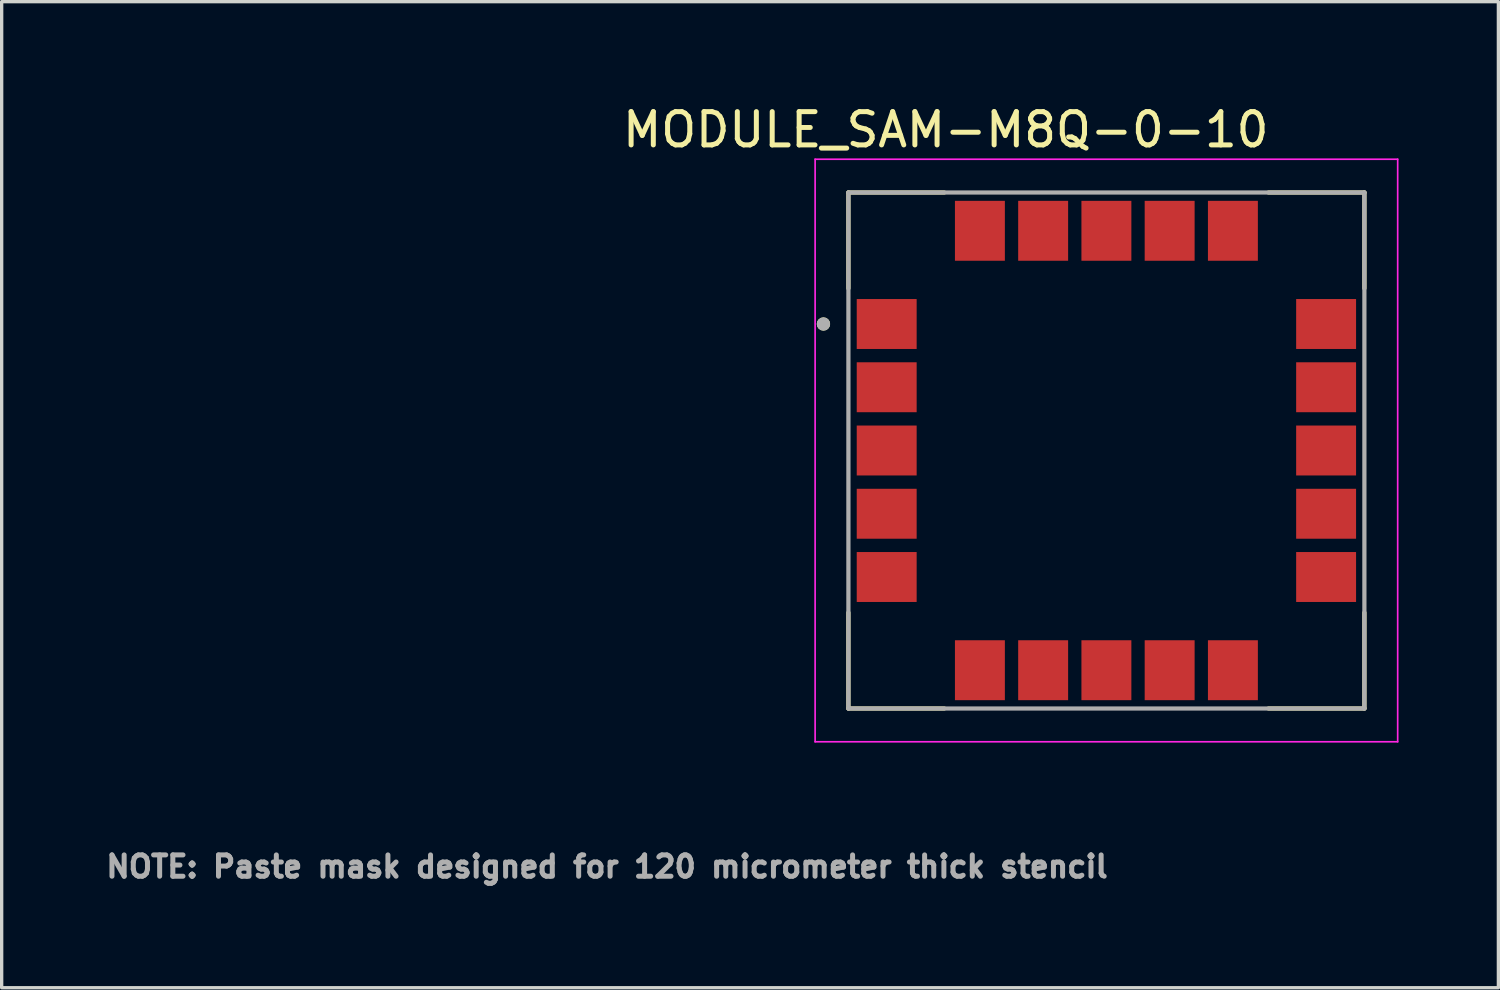
<source format=kicad_pcb>
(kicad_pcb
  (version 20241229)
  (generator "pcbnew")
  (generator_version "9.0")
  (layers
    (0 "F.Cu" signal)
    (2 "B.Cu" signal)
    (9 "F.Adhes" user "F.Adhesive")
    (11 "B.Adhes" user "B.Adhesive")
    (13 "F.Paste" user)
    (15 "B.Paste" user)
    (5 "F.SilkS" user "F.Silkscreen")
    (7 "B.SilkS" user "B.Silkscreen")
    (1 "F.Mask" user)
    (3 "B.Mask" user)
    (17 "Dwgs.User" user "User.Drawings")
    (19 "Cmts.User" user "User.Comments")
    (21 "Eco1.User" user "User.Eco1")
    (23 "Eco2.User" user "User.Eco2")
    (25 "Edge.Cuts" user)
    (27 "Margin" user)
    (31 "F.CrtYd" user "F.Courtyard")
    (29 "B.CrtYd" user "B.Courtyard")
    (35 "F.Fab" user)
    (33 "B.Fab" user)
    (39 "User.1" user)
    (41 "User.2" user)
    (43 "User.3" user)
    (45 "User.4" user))
  (footprint "MODULE_SAM-M8Q-0-10"
    (layer "F.Cu")
    (at 30.186 10.483)
    (property "Reference" "MODULE_SAM-M8Q-0-10" (at -4.825 -9.635 0) (layer "F.SilkS") (effects (font (size 1 1) (thickness 0.15))))
    (attr smd)
    (fp_poly (pts (xy -7.5 -4.55) (xy -5.7 -4.55) (xy -5.7 -3.05) (xy -7.5 -3.05)) (stroke (width 0.01) (type solid)) (fill yes) (layer "F.Mask"))
    (fp_poly (pts (xy -7.5 -2.65) (xy -5.7 -2.65) (xy -5.7 -1.15) (xy -7.5 -1.15)) (stroke (width 0.01) (type solid)) (fill yes) (layer "F.Mask"))
    (fp_poly (pts (xy -7.5 -0.75) (xy -5.7 -0.75) (xy -5.7 0.75) (xy -7.5 0.75)) (stroke (width 0.01) (type solid)) (fill yes) (layer "F.Mask"))
    (fp_poly (pts (xy -7.5 1.15) (xy -5.7 1.15) (xy -5.7 2.65) (xy -7.5 2.65)) (stroke (width 0.01) (type solid)) (fill yes) (layer "F.Mask"))
    (fp_poly (pts (xy -7.5 3.05) (xy -5.7 3.05) (xy -5.7 4.55) (xy -7.5 4.55)) (stroke (width 0.01) (type solid)) (fill yes) (layer "F.Mask"))
    (fp_poly (pts (xy -4.55 -7.5) (xy -3.05 -7.5) (xy -3.05 -5.7) (xy -4.55 -5.7)) (stroke (width 0.01) (type solid)) (fill yes) (layer "F.Mask"))
    (fp_poly (pts (xy -4.55 5.7) (xy -3.05 5.7) (xy -3.05 7.5) (xy -4.55 7.5)) (stroke (width 0.01) (type solid)) (fill yes) (layer "F.Mask"))
    (fp_poly (pts (xy -2.65 -7.5) (xy -1.15 -7.5) (xy -1.15 -5.7) (xy -2.65 -5.7)) (stroke (width 0.01) (type solid)) (fill yes) (layer "F.Mask"))
    (fp_poly (pts (xy -2.65 5.7) (xy -1.15 5.7) (xy -1.15 7.5) (xy -2.65 7.5)) (stroke (width 0.01) (type solid)) (fill yes) (layer "F.Mask"))
    (fp_poly (pts (xy -0.75 -7.5) (xy 0.75 -7.5) (xy 0.75 -5.7) (xy -0.75 -5.7)) (stroke (width 0.01) (type solid)) (fill yes) (layer "F.Mask"))
    (fp_poly (pts (xy -0.75 5.7) (xy 0.75 5.7) (xy 0.75 7.5) (xy -0.75 7.5)) (stroke (width 0.01) (type solid)) (fill yes) (layer "F.Mask"))
    (fp_poly (pts (xy 1.15 -7.5) (xy 2.65 -7.5) (xy 2.65 -5.7) (xy 1.15 -5.7)) (stroke (width 0.01) (type solid)) (fill yes) (layer "F.Mask"))
    (fp_poly (pts (xy 1.15 5.7) (xy 2.65 5.7) (xy 2.65 7.5) (xy 1.15 7.5)) (stroke (width 0.01) (type solid)) (fill yes) (layer "F.Mask"))
    (fp_poly (pts (xy 3.05 -7.5) (xy 4.55 -7.5) (xy 4.55 -5.7) (xy 3.05 -5.7)) (stroke (width 0.01) (type solid)) (fill yes) (layer "F.Mask"))
    (fp_poly (pts (xy 3.05 5.7) (xy 4.55 5.7) (xy 4.55 7.5) (xy 3.05 7.5)) (stroke (width 0.01) (type solid)) (fill yes) (layer "F.Mask"))
    (fp_poly (pts (xy 5.7 -4.55) (xy 7.5 -4.55) (xy 7.5 -3.05) (xy 5.7 -3.05)) (stroke (width 0.01) (type solid)) (fill yes) (layer "F.Mask"))
    (fp_poly (pts (xy 5.7 -2.65) (xy 7.5 -2.65) (xy 7.5 -1.15) (xy 5.7 -1.15)) (stroke (width 0.01) (type solid)) (fill yes) (layer "F.Mask"))
    (fp_poly (pts (xy 5.7 -0.75) (xy 7.5 -0.75) (xy 7.5 0.75) (xy 5.7 0.75)) (stroke (width 0.01) (type solid)) (fill yes) (layer "F.Mask"))
    (fp_poly (pts (xy 5.7 1.15) (xy 7.5 1.15) (xy 7.5 2.65) (xy 5.7 2.65)) (stroke (width 0.01) (type solid)) (fill yes) (layer "F.Mask"))
    (fp_poly (pts (xy 5.7 3.05) (xy 7.5 3.05) (xy 7.5 4.55) (xy 5.7 4.55)) (stroke (width 0.01) (type solid)) (fill yes) (layer "F.Mask"))
    (fp_line (start -7.75 -7.75) (end -4.87 -7.75) (stroke (width 0.127) (type solid)) (layer "F.SilkS"))
    (fp_line (start -7.75 -4.87) (end -7.75 -7.75) (stroke (width 0.127) (type solid)) (layer "F.SilkS"))
    (fp_line (start -7.75 7.75) (end -7.75 4.87) (stroke (width 0.127) (type solid)) (layer "F.SilkS"))
    (fp_line (start -4.87 7.75) (end -7.75 7.75) (stroke (width 0.127) (type solid)) (layer "F.SilkS"))
    (fp_line (start 4.87 -7.75) (end 7.75 -7.75) (stroke (width 0.127) (type solid)) (layer "F.SilkS"))
    (fp_line (start 7.75 -7.75) (end 7.75 -4.87) (stroke (width 0.127) (type solid)) (layer "F.SilkS"))
    (fp_line (start 7.75 7.75) (end 4.87 7.75) (stroke (width 0.127) (type solid)) (layer "F.SilkS"))
    (fp_line (start 7.75 7.75) (end 7.75 4.87) (stroke (width 0.127) (type solid)) (layer "F.SilkS"))
    (fp_circle (center -8.5 -3.8) (end -8.4 -3.8) (stroke (width 0.2) (type solid)) (fill no) (layer "F.SilkS"))
    (fp_poly (pts (xy -7.46 -4.515) (xy -6.74 -4.515) (xy -6.74 -3.935) (xy -7.46 -3.935)) (stroke (width 0.01) (type solid)) (fill yes) (layer "F.Paste"))
    (fp_poly (pts (xy -7.46 -3.665) (xy -6.74 -3.665) (xy -6.74 -3.085) (xy -7.46 -3.085)) (stroke (width 0.01) (type solid)) (fill yes) (layer "F.Paste"))
    (fp_poly (pts (xy -7.46 -2.615) (xy -6.74 -2.615) (xy -6.74 -2.035) (xy -7.46 -2.035)) (stroke (width 0.01) (type solid)) (fill yes) (layer "F.Paste"))
    (fp_poly (pts (xy -7.46 -1.765) (xy -6.74 -1.765) (xy -6.74 -1.185) (xy -7.46 -1.185)) (stroke (width 0.01) (type solid)) (fill yes) (layer "F.Paste"))
    (fp_poly (pts (xy -7.46 -0.715) (xy -6.74 -0.715) (xy -6.74 -0.135) (xy -7.46 -0.135)) (stroke (width 0.01) (type solid)) (fill yes) (layer "F.Paste"))
    (fp_poly (pts (xy -7.46 0.135) (xy -6.74 0.135) (xy -6.74 0.715) (xy -7.46 0.715)) (stroke (width 0.01) (type solid)) (fill yes) (layer "F.Paste"))
    (fp_poly (pts (xy -7.46 1.185) (xy -6.74 1.185) (xy -6.74 1.765) (xy -7.46 1.765)) (stroke (width 0.01) (type solid)) (fill yes) (layer "F.Paste"))
    (fp_poly (pts (xy -7.46 2.035) (xy -6.74 2.035) (xy -6.74 2.615) (xy -7.46 2.615)) (stroke (width 0.01) (type solid)) (fill yes) (layer "F.Paste"))
    (fp_poly (pts (xy -7.46 3.085) (xy -6.74 3.085) (xy -6.74 3.665) (xy -7.46 3.665)) (stroke (width 0.01) (type solid)) (fill yes) (layer "F.Paste"))
    (fp_poly (pts (xy -7.46 3.935) (xy -6.74 3.935) (xy -6.74 4.515) (xy -7.46 4.515)) (stroke (width 0.01) (type solid)) (fill yes) (layer "F.Paste"))
    (fp_poly (pts (xy -6.46 -4.515) (xy -5.74 -4.515) (xy -5.74 -3.935) (xy -6.46 -3.935)) (stroke (width 0.01) (type solid)) (fill yes) (layer "F.Paste"))
    (fp_poly (pts (xy -6.46 -3.665) (xy -5.74 -3.665) (xy -5.74 -3.085) (xy -6.46 -3.085)) (stroke (width 0.01) (type solid)) (fill yes) (layer "F.Paste"))
    (fp_poly (pts (xy -6.46 -2.615) (xy -5.74 -2.615) (xy -5.74 -2.035) (xy -6.46 -2.035)) (stroke (width 0.01) (type solid)) (fill yes) (layer "F.Paste"))
    (fp_poly (pts (xy -6.46 -1.765) (xy -5.74 -1.765) (xy -5.74 -1.185) (xy -6.46 -1.185)) (stroke (width 0.01) (type solid)) (fill yes) (layer "F.Paste"))
    (fp_poly (pts (xy -6.46 -0.715) (xy -5.74 -0.715) (xy -5.74 -0.135) (xy -6.46 -0.135)) (stroke (width 0.01) (type solid)) (fill yes) (layer "F.Paste"))
    (fp_poly (pts (xy -6.46 0.135) (xy -5.74 0.135) (xy -5.74 0.715) (xy -6.46 0.715)) (stroke (width 0.01) (type solid)) (fill yes) (layer "F.Paste"))
    (fp_poly (pts (xy -6.46 1.185) (xy -5.74 1.185) (xy -5.74 1.765) (xy -6.46 1.765)) (stroke (width 0.01) (type solid)) (fill yes) (layer "F.Paste"))
    (fp_poly (pts (xy -6.46 2.035) (xy -5.74 2.035) (xy -5.74 2.615) (xy -6.46 2.615)) (stroke (width 0.01) (type solid)) (fill yes) (layer "F.Paste"))
    (fp_poly (pts (xy -6.46 3.085) (xy -5.74 3.085) (xy -5.74 3.665) (xy -6.46 3.665)) (stroke (width 0.01) (type solid)) (fill yes) (layer "F.Paste"))
    (fp_poly (pts (xy -6.46 3.935) (xy -5.74 3.935) (xy -5.74 4.515) (xy -6.46 4.515)) (stroke (width 0.01) (type solid)) (fill yes) (layer "F.Paste"))
    (fp_poly (pts (xy -4.515 -7.46) (xy -3.935 -7.46) (xy -3.935 -6.74) (xy -4.515 -6.74)) (stroke (width 0.01) (type solid)) (fill yes) (layer "F.Paste"))
    (fp_poly (pts (xy -4.515 -6.46) (xy -3.935 -6.46) (xy -3.935 -5.74) (xy -4.515 -5.74)) (stroke (width 0.01) (type solid)) (fill yes) (layer "F.Paste"))
    (fp_poly (pts (xy -4.515 5.74) (xy -3.935 5.74) (xy -3.935 6.46) (xy -4.515 6.46)) (stroke (width 0.01) (type solid)) (fill yes) (layer "F.Paste"))
    (fp_poly (pts (xy -4.515 6.74) (xy -3.935 6.74) (xy -3.935 7.46) (xy -4.515 7.46)) (stroke (width 0.01) (type solid)) (fill yes) (layer "F.Paste"))
    (fp_poly (pts (xy -3.665 -7.46) (xy -3.085 -7.46) (xy -3.085 -6.74) (xy -3.665 -6.74)) (stroke (width 0.01) (type solid)) (fill yes) (layer "F.Paste"))
    (fp_poly (pts (xy -3.665 -6.46) (xy -3.085 -6.46) (xy -3.085 -5.74) (xy -3.665 -5.74)) (stroke (width 0.01) (type solid)) (fill yes) (layer "F.Paste"))
    (fp_poly (pts (xy -3.665 5.74) (xy -3.085 5.74) (xy -3.085 6.46) (xy -3.665 6.46)) (stroke (width 0.01) (type solid)) (fill yes) (layer "F.Paste"))
    (fp_poly (pts (xy -3.665 6.74) (xy -3.085 6.74) (xy -3.085 7.46) (xy -3.665 7.46)) (stroke (width 0.01) (type solid)) (fill yes) (layer "F.Paste"))
    (fp_poly (pts (xy -2.615 -7.46) (xy -2.035 -7.46) (xy -2.035 -6.74) (xy -2.615 -6.74)) (stroke (width 0.01) (type solid)) (fill yes) (layer "F.Paste"))
    (fp_poly (pts (xy -2.615 -6.46) (xy -2.035 -6.46) (xy -2.035 -5.74) (xy -2.615 -5.74)) (stroke (width 0.01) (type solid)) (fill yes) (layer "F.Paste"))
    (fp_poly (pts (xy -2.615 5.74) (xy -2.035 5.74) (xy -2.035 6.46) (xy -2.615 6.46)) (stroke (width 0.01) (type solid)) (fill yes) (layer "F.Paste"))
    (fp_poly (pts (xy -2.615 6.74) (xy -2.035 6.74) (xy -2.035 7.46) (xy -2.615 7.46)) (stroke (width 0.01) (type solid)) (fill yes) (layer "F.Paste"))
    (fp_poly (pts (xy -1.765 -7.46) (xy -1.185 -7.46) (xy -1.185 -6.74) (xy -1.765 -6.74)) (stroke (width 0.01) (type solid)) (fill yes) (layer "F.Paste"))
    (fp_poly (pts (xy -1.765 -6.46) (xy -1.185 -6.46) (xy -1.185 -5.74) (xy -1.765 -5.74)) (stroke (width 0.01) (type solid)) (fill yes) (layer "F.Paste"))
    (fp_poly (pts (xy -1.765 5.74) (xy -1.185 5.74) (xy -1.185 6.46) (xy -1.765 6.46)) (stroke (width 0.01) (type solid)) (fill yes) (layer "F.Paste"))
    (fp_poly (pts (xy -1.765 6.74) (xy -1.185 6.74) (xy -1.185 7.46) (xy -1.765 7.46)) (stroke (width 0.01) (type solid)) (fill yes) (layer "F.Paste"))
    (fp_poly (pts (xy -0.715 -7.46) (xy -0.135 -7.46) (xy -0.135 -6.74) (xy -0.715 -6.74)) (stroke (width 0.01) (type solid)) (fill yes) (layer "F.Paste"))
    (fp_poly (pts (xy -0.715 -6.46) (xy -0.135 -6.46) (xy -0.135 -5.74) (xy -0.715 -5.74)) (stroke (width 0.01) (type solid)) (fill yes) (layer "F.Paste"))
    (fp_poly (pts (xy -0.715 5.74) (xy -0.135 5.74) (xy -0.135 6.46) (xy -0.715 6.46)) (stroke (width 0.01) (type solid)) (fill yes) (layer "F.Paste"))
    (fp_poly (pts (xy -0.715 6.74) (xy -0.135 6.74) (xy -0.135 7.46) (xy -0.715 7.46)) (stroke (width 0.01) (type solid)) (fill yes) (layer "F.Paste"))
    (fp_poly (pts (xy 0.135 -7.46) (xy 0.715 -7.46) (xy 0.715 -6.74) (xy 0.135 -6.74)) (stroke (width 0.01) (type solid)) (fill yes) (layer "F.Paste"))
    (fp_poly (pts (xy 0.135 -6.46) (xy 0.715 -6.46) (xy 0.715 -5.74) (xy 0.135 -5.74)) (stroke (width 0.01) (type solid)) (fill yes) (layer "F.Paste"))
    (fp_poly (pts (xy 0.135 5.74) (xy 0.715 5.74) (xy 0.715 6.46) (xy 0.135 6.46)) (stroke (width 0.01) (type solid)) (fill yes) (layer "F.Paste"))
    (fp_poly (pts (xy 0.135 6.74) (xy 0.715 6.74) (xy 0.715 7.46) (xy 0.135 7.46)) (stroke (width 0.01) (type solid)) (fill yes) (layer "F.Paste"))
    (fp_poly (pts (xy 1.185 -7.46) (xy 1.765 -7.46) (xy 1.765 -6.74) (xy 1.185 -6.74)) (stroke (width 0.01) (type solid)) (fill yes) (layer "F.Paste"))
    (fp_poly (pts (xy 1.185 -6.46) (xy 1.765 -6.46) (xy 1.765 -5.74) (xy 1.185 -5.74)) (stroke (width 0.01) (type solid)) (fill yes) (layer "F.Paste"))
    (fp_poly (pts (xy 1.185 5.74) (xy 1.765 5.74) (xy 1.765 6.46) (xy 1.185 6.46)) (stroke (width 0.01) (type solid)) (fill yes) (layer "F.Paste"))
    (fp_poly (pts (xy 1.185 6.74) (xy 1.765 6.74) (xy 1.765 7.46) (xy 1.185 7.46)) (stroke (width 0.01) (type solid)) (fill yes) (layer "F.Paste"))
    (fp_poly (pts (xy 2.035 -7.46) (xy 2.615 -7.46) (xy 2.615 -6.74) (xy 2.035 -6.74)) (stroke (width 0.01) (type solid)) (fill yes) (layer "F.Paste"))
    (fp_poly (pts (xy 2.035 -6.46) (xy 2.615 -6.46) (xy 2.615 -5.74) (xy 2.035 -5.74)) (stroke (width 0.01) (type solid)) (fill yes) (layer "F.Paste"))
    (fp_poly (pts (xy 2.035 5.74) (xy 2.615 5.74) (xy 2.615 6.46) (xy 2.035 6.46)) (stroke (width 0.01) (type solid)) (fill yes) (layer "F.Paste"))
    (fp_poly (pts (xy 2.035 6.74) (xy 2.615 6.74) (xy 2.615 7.46) (xy 2.035 7.46)) (stroke (width 0.01) (type solid)) (fill yes) (layer "F.Paste"))
    (fp_poly (pts (xy 3.085 -7.46) (xy 3.665 -7.46) (xy 3.665 -6.74) (xy 3.085 -6.74)) (stroke (width 0.01) (type solid)) (fill yes) (layer "F.Paste"))
    (fp_poly (pts (xy 3.085 -6.46) (xy 3.665 -6.46) (xy 3.665 -5.74) (xy 3.085 -5.74)) (stroke (width 0.01) (type solid)) (fill yes) (layer "F.Paste"))
    (fp_poly (pts (xy 3.085 5.74) (xy 3.665 5.74) (xy 3.665 6.46) (xy 3.085 6.46)) (stroke (width 0.01) (type solid)) (fill yes) (layer "F.Paste"))
    (fp_poly (pts (xy 3.085 6.74) (xy 3.665 6.74) (xy 3.665 7.46) (xy 3.085 7.46)) (stroke (width 0.01) (type solid)) (fill yes) (layer "F.Paste"))
    (fp_poly (pts (xy 3.935 -7.46) (xy 4.515 -7.46) (xy 4.515 -6.74) (xy 3.935 -6.74)) (stroke (width 0.01) (type solid)) (fill yes) (layer "F.Paste"))
    (fp_poly (pts (xy 3.935 -6.46) (xy 4.515 -6.46) (xy 4.515 -5.74) (xy 3.935 -5.74)) (stroke (width 0.01) (type solid)) (fill yes) (layer "F.Paste"))
    (fp_poly (pts (xy 3.935 5.74) (xy 4.515 5.74) (xy 4.515 6.46) (xy 3.935 6.46)) (stroke (width 0.01) (type solid)) (fill yes) (layer "F.Paste"))
    (fp_poly (pts (xy 3.935 6.74) (xy 4.515 6.74) (xy 4.515 7.46) (xy 3.935 7.46)) (stroke (width 0.01) (type solid)) (fill yes) (layer "F.Paste"))
    (fp_poly (pts (xy 5.74 -4.515) (xy 6.46 -4.515) (xy 6.46 -3.935) (xy 5.74 -3.935)) (stroke (width 0.01) (type solid)) (fill yes) (layer "F.Paste"))
    (fp_poly (pts (xy 5.74 -3.665) (xy 6.46 -3.665) (xy 6.46 -3.085) (xy 5.74 -3.085)) (stroke (width 0.01) (type solid)) (fill yes) (layer "F.Paste"))
    (fp_poly (pts (xy 5.74 -2.615) (xy 6.46 -2.615) (xy 6.46 -2.035) (xy 5.74 -2.035)) (stroke (width 0.01) (type solid)) (fill yes) (layer "F.Paste"))
    (fp_poly (pts (xy 5.74 -1.765) (xy 6.46 -1.765) (xy 6.46 -1.185) (xy 5.74 -1.185)) (stroke (width 0.01) (type solid)) (fill yes) (layer "F.Paste"))
    (fp_poly (pts (xy 5.74 -0.715) (xy 6.46 -0.715) (xy 6.46 -0.135) (xy 5.74 -0.135)) (stroke (width 0.01) (type solid)) (fill yes) (layer "F.Paste"))
    (fp_poly (pts (xy 5.74 0.135) (xy 6.46 0.135) (xy 6.46 0.715) (xy 5.74 0.715)) (stroke (width 0.01) (type solid)) (fill yes) (layer "F.Paste"))
    (fp_poly (pts (xy 5.74 1.185) (xy 6.46 1.185) (xy 6.46 1.765) (xy 5.74 1.765)) (stroke (width 0.01) (type solid)) (fill yes) (layer "F.Paste"))
    (fp_poly (pts (xy 5.74 2.035) (xy 6.46 2.035) (xy 6.46 2.615) (xy 5.74 2.615)) (stroke (width 0.01) (type solid)) (fill yes) (layer "F.Paste"))
    (fp_poly (pts (xy 5.74 3.085) (xy 6.46 3.085) (xy 6.46 3.665) (xy 5.74 3.665)) (stroke (width 0.01) (type solid)) (fill yes) (layer "F.Paste"))
    (fp_poly (pts (xy 5.74 3.935) (xy 6.46 3.935) (xy 6.46 4.515) (xy 5.74 4.515)) (stroke (width 0.01) (type solid)) (fill yes) (layer "F.Paste"))
    (fp_poly (pts (xy 6.74 -4.515) (xy 7.46 -4.515) (xy 7.46 -3.935) (xy 6.74 -3.935)) (stroke (width 0.01) (type solid)) (fill yes) (layer "F.Paste"))
    (fp_poly (pts (xy 6.74 -3.665) (xy 7.46 -3.665) (xy 7.46 -3.085) (xy 6.74 -3.085)) (stroke (width 0.01) (type solid)) (fill yes) (layer "F.Paste"))
    (fp_poly (pts (xy 6.74 -2.615) (xy 7.46 -2.615) (xy 7.46 -2.035) (xy 6.74 -2.035)) (stroke (width 0.01) (type solid)) (fill yes) (layer "F.Paste"))
    (fp_poly (pts (xy 6.74 -1.765) (xy 7.46 -1.765) (xy 7.46 -1.185) (xy 6.74 -1.185)) (stroke (width 0.01) (type solid)) (fill yes) (layer "F.Paste"))
    (fp_poly (pts (xy 6.74 -0.715) (xy 7.46 -0.715) (xy 7.46 -0.135) (xy 6.74 -0.135)) (stroke (width 0.01) (type solid)) (fill yes) (layer "F.Paste"))
    (fp_poly (pts (xy 6.74 0.135) (xy 7.46 0.135) (xy 7.46 0.715) (xy 6.74 0.715)) (stroke (width 0.01) (type solid)) (fill yes) (layer "F.Paste"))
    (fp_poly (pts (xy 6.74 1.185) (xy 7.46 1.185) (xy 7.46 1.765) (xy 6.74 1.765)) (stroke (width 0.01) (type solid)) (fill yes) (layer "F.Paste"))
    (fp_poly (pts (xy 6.74 2.035) (xy 7.46 2.035) (xy 7.46 2.615) (xy 6.74 2.615)) (stroke (width 0.01) (type solid)) (fill yes) (layer "F.Paste"))
    (fp_poly (pts (xy 6.74 3.085) (xy 7.46 3.085) (xy 7.46 3.665) (xy 6.74 3.665)) (stroke (width 0.01) (type solid)) (fill yes) (layer "F.Paste"))
    (fp_poly (pts (xy 6.74 3.935) (xy 7.46 3.935) (xy 7.46 4.515) (xy 6.74 4.515)) (stroke (width 0.01) (type solid)) (fill yes) (layer "F.Paste"))
    (fp_line (start -8.75 -8.75) (end -8.75 8.75) (stroke (width 0.05) (type solid)) (layer "F.CrtYd"))
    (fp_line (start -8.75 8.75) (end 8.75 8.75) (stroke (width 0.05) (type solid)) (layer "F.CrtYd"))
    (fp_line (start 8.75 -8.75) (end -8.75 -8.75) (stroke (width 0.05) (type solid)) (layer "F.CrtYd"))
    (fp_line (start 8.75 8.75) (end 8.75 -8.75) (stroke (width 0.05) (type solid)) (layer "F.CrtYd"))
    (fp_line (start -7.75 -7.75) (end 7.75 -7.75) (stroke (width 0.127) (type solid)) (layer "F.Fab"))
    (fp_line (start -7.75 7.75) (end -7.75 -7.75) (stroke (width 0.127) (type solid)) (layer "F.Fab"))
    (fp_line (start 7.75 -7.75) (end 7.75 7.75) (stroke (width 0.127) (type solid)) (layer "F.Fab"))
    (fp_line (start 7.75 7.75) (end -7.75 7.75) (stroke (width 0.127) (type solid)) (layer "F.Fab"))
    (fp_circle (center -8.5 -3.8) (end -8.4 -3.8) (stroke (width 0.2) (type solid)) (fill no) (layer "F.Fab"))
    (fp_text user "NOTE: Paste mask designed for 120 micrometer thick stencil" (at -15 12.5 0) (layer "F.Fab") (effects (font (size 0.64 0.64) (thickness 0.15))))
    (pad "1" smd rect (at -6.6 -3.8) (size 1.8 1.5) (layers "F.Cu"))
    (pad "2" smd rect (at -6.6 -1.9) (size 1.8 1.5) (layers "F.Cu"))
    (pad "3" smd rect (at -6.6 0) (size 1.8 1.5) (layers "F.Cu"))
    (pad "4" smd rect (at -6.6 1.9) (size 1.8 1.5) (layers "F.Cu"))
    (pad "5" smd rect (at -6.6 3.8) (size 1.8 1.5) (layers "F.Cu"))
    (pad "6" smd rect (at -3.8 6.6) (size 1.5 1.8) (layers "F.Cu"))
    (pad "7" smd rect (at -1.9 6.6) (size 1.5 1.8) (layers "F.Cu"))
    (pad "8" smd rect (at 0 6.6) (size 1.5 1.8) (layers "F.Cu"))
    (pad "9" smd rect (at 1.9 6.6) (size 1.5 1.8) (layers "F.Cu"))
    (pad "10" smd rect (at 3.8 6.6) (size 1.5 1.8) (layers "F.Cu"))
    (pad "11" smd rect (at 6.6 3.8) (size 1.8 1.5) (layers "F.Cu"))
    (pad "12" smd rect (at 6.6 1.9) (size 1.8 1.5) (layers "F.Cu"))
    (pad "13" smd rect (at 6.6 0) (size 1.8 1.5) (layers "F.Cu"))
    (pad "14" smd rect (at 6.6 -1.9) (size 1.8 1.5) (layers "F.Cu"))
    (pad "15" smd rect (at 6.6 -3.8) (size 1.8 1.5) (layers "F.Cu"))
    (pad "16" smd rect (at 3.8 -6.6) (size 1.5 1.8) (layers "F.Cu"))
    (pad "17" smd rect (at 1.9 -6.6) (size 1.5 1.8) (layers "F.Cu"))
    (pad "18" smd rect (at 0 -6.6) (size 1.5 1.8) (layers "F.Cu"))
    (pad "19" smd rect (at -1.9 -6.6) (size 1.5 1.8) (layers "F.Cu"))
    (pad "20" smd rect (at -3.8 -6.6) (size 1.5 1.8) (layers "F.Cu")))
  (gr_rect
    (start -3 -3)
    (end 41.961 26.621)
    (stroke (width 0.1) (type default))
    (fill no)
    (layer "Edge.Cuts")))
</source>
